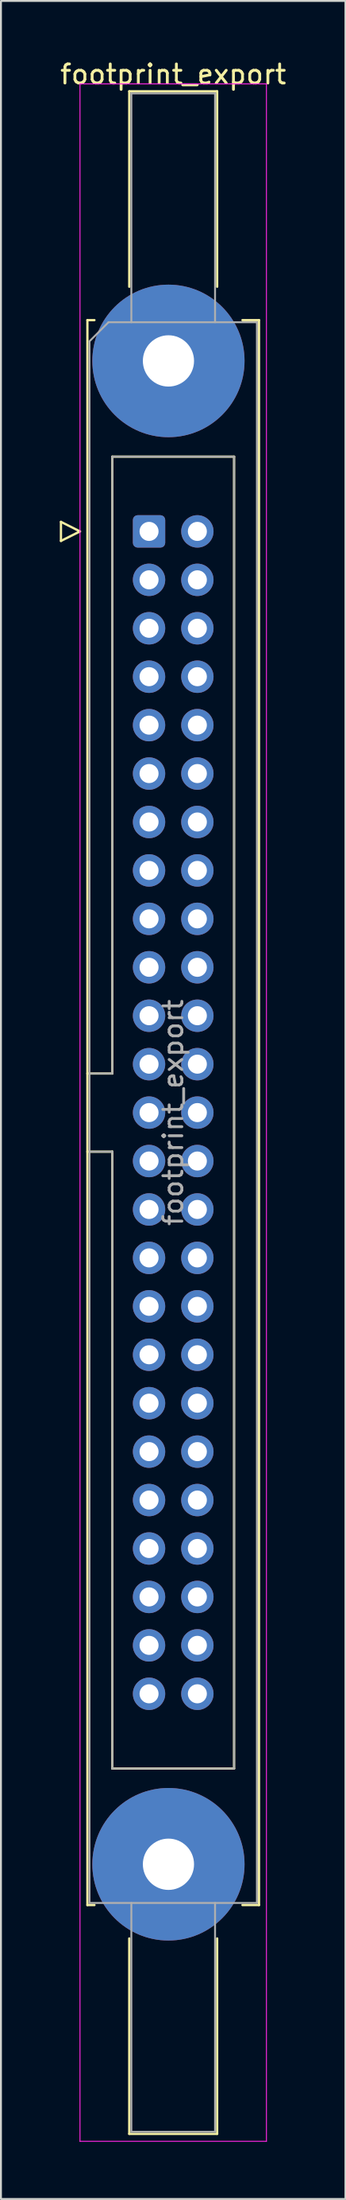
<source format=kicad_pcb>
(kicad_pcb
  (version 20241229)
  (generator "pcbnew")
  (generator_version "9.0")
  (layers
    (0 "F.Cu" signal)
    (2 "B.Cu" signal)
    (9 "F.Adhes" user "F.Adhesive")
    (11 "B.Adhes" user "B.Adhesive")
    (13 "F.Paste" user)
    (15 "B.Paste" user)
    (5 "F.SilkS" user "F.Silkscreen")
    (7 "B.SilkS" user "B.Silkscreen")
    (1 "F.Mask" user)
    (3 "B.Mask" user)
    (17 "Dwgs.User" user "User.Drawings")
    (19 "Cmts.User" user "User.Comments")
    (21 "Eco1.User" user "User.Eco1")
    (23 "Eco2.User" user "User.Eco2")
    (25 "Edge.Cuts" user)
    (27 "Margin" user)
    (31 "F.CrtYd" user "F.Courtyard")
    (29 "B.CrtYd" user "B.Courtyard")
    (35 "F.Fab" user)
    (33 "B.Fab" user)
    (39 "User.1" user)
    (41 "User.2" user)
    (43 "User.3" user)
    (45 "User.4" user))
  (footprint "footprint_export"
    (layer "F.Cu")
    (at 4.784 24.818)
    (property "Reference" "footprint_export" (at 1.27 -23.97 0) (layer "F.SilkS") (effects (font (size 1 1) (thickness 0.15))))
    (attr through_hole)
    (fp_line (start -4.63 -0.5) (end -4.63 0.5) (stroke (width 0.12) (type solid)) (layer "F.SilkS"))
    (fp_line (start -4.63 0.5) (end -3.63 0) (stroke (width 0.12) (type solid)) (layer "F.SilkS"))
    (fp_line (start -3.63 0) (end -4.63 -0.5) (stroke (width 0.12) (type solid)) (layer "F.SilkS"))
    (fp_line (start -3.24 -11.08) (end -3.24 72.04) (stroke (width 0.12) (type solid)) (layer "F.SilkS"))
    (fp_line (start -3.24 28.43) (end -1.93 28.43) (stroke (width 0.12) (type solid)) (layer "F.SilkS"))
    (fp_line (start -3.24 72.04) (end -2.87 72.04) (stroke (width 0.12) (type solid)) (layer "F.SilkS"))
    (fp_line (start -2.87 -11.08) (end -3.24 -11.08) (stroke (width 0.12) (type solid)) (layer "F.SilkS"))
    (fp_line (start -1.93 -3.92) (end 4.47 -3.92) (stroke (width 0.12) (type solid)) (layer "F.SilkS"))
    (fp_line (start -1.93 28.43) (end -1.93 -3.92) (stroke (width 0.12) (type solid)) (layer "F.SilkS"))
    (fp_line (start -1.93 32.53) (end -3.24 32.53) (stroke (width 0.12) (type solid)) (layer "F.SilkS"))
    (fp_line (start -1.93 32.53) (end -1.93 32.53) (stroke (width 0.12) (type solid)) (layer "F.SilkS"))
    (fp_line (start -1.93 64.88) (end -1.93 32.53) (stroke (width 0.12) (type solid)) (layer "F.SilkS"))
    (fp_line (start -1.04 -23.08) (end 3.58 -23.08) (stroke (width 0.12) (type solid)) (layer "F.SilkS"))
    (fp_line (start -1.04 -12.83) (end -1.04 -23.08) (stroke (width 0.12) (type solid)) (layer "F.SilkS"))
    (fp_line (start -1.04 73.79) (end -1.04 84.04) (stroke (width 0.12) (type solid)) (layer "F.SilkS"))
    (fp_line (start -1.04 84.04) (end 3.58 84.04) (stroke (width 0.12) (type solid)) (layer "F.SilkS"))
    (fp_line (start 3.58 -23.08) (end 3.58 -12.83) (stroke (width 0.12) (type solid)) (layer "F.SilkS"))
    (fp_line (start 3.58 84.04) (end 3.58 73.79) (stroke (width 0.12) (type solid)) (layer "F.SilkS"))
    (fp_line (start 4.47 -3.92) (end 4.47 64.88) (stroke (width 0.12) (type solid)) (layer "F.SilkS"))
    (fp_line (start 4.47 64.88) (end -1.93 64.88) (stroke (width 0.12) (type solid)) (layer "F.SilkS"))
    (fp_line (start 4.91 -11.08) (end 5.78 -11.08) (stroke (width 0.12) (type solid)) (layer "F.SilkS"))
    (fp_line (start 5.78 -11.08) (end 5.78 72.04) (stroke (width 0.12) (type solid)) (layer "F.SilkS"))
    (fp_line (start 5.78 72.04) (end 4.91 72.04) (stroke (width 0.12) (type solid)) (layer "F.SilkS"))
    (fp_line (start -3.63 -23.47) (end -3.63 84.43) (stroke (width 0.05) (type solid)) (layer "F.CrtYd"))
    (fp_line (start -3.63 84.43) (end 6.17 84.43) (stroke (width 0.05) (type solid)) (layer "F.CrtYd"))
    (fp_line (start 6.17 -23.47) (end -3.63 -23.47) (stroke (width 0.05) (type solid)) (layer "F.CrtYd"))
    (fp_line (start 6.17 84.43) (end 6.17 -23.47) (stroke (width 0.05) (type solid)) (layer "F.CrtYd"))
    (fp_line (start -3.13 -9.97) (end -2.13 -10.97) (stroke (width 0.1) (type solid)) (layer "F.Fab"))
    (fp_line (start -3.13 28.43) (end -1.93 28.43) (stroke (width 0.1) (type solid)) (layer "F.Fab"))
    (fp_line (start -3.13 71.93) (end -3.13 -9.97) (stroke (width 0.1) (type solid)) (layer "F.Fab"))
    (fp_line (start -2.13 -10.97) (end 5.67 -10.97) (stroke (width 0.1) (type solid)) (layer "F.Fab"))
    (fp_line (start -1.93 -3.92) (end 4.47 -3.92) (stroke (width 0.1) (type solid)) (layer "F.Fab"))
    (fp_line (start -1.93 28.43) (end -1.93 -3.92) (stroke (width 0.1) (type solid)) (layer "F.Fab"))
    (fp_line (start -1.93 32.53) (end -3.13 32.53) (stroke (width 0.1) (type solid)) (layer "F.Fab"))
    (fp_line (start -1.93 32.53) (end -1.93 32.53) (stroke (width 0.1) (type solid)) (layer "F.Fab"))
    (fp_line (start -1.93 64.88) (end -1.93 32.53) (stroke (width 0.1) (type solid)) (layer "F.Fab"))
    (fp_line (start -0.93 -22.97) (end 3.47 -22.97) (stroke (width 0.1) (type solid)) (layer "F.Fab"))
    (fp_line (start -0.93 -10.97) (end -0.93 -22.97) (stroke (width 0.1) (type solid)) (layer "F.Fab"))
    (fp_line (start -0.93 71.93) (end -0.93 83.93) (stroke (width 0.1) (type solid)) (layer "F.Fab"))
    (fp_line (start -0.93 83.93) (end 3.47 83.93) (stroke (width 0.1) (type solid)) (layer "F.Fab"))
    (fp_line (start 3.47 -22.97) (end 3.47 -10.97) (stroke (width 0.1) (type solid)) (layer "F.Fab"))
    (fp_line (start 3.47 83.93) (end 3.47 71.93) (stroke (width 0.1) (type solid)) (layer "F.Fab"))
    (fp_line (start 4.47 -3.92) (end 4.47 64.88) (stroke (width 0.1) (type solid)) (layer "F.Fab"))
    (fp_line (start 4.47 64.88) (end -1.93 64.88) (stroke (width 0.1) (type solid)) (layer "F.Fab"))
    (fp_line (start 5.67 -10.97) (end 5.67 71.93) (stroke (width 0.1) (type solid)) (layer "F.Fab"))
    (fp_line (start 5.67 71.93) (end -3.13 71.93) (stroke (width 0.1) (type solid)) (layer "F.Fab"))
    (fp_text user "${REFERENCE}" (at 1.27 30.48 90) (layer "F.Fab") (effects (font (size 1 1) (thickness 0.15))))
    (pad "1" thru_hole roundrect (at 0 0) (size 1.7 1.7) (drill 1) (layers "*.Cu" "*.Mask") (roundrect_rratio 0.147))
    (pad "2" thru_hole circle (at 2.54 0) (size 1.7 1.7) (drill 1) (layers "*.Cu" "*.Mask"))
    (pad "3" thru_hole circle (at 0 2.54) (size 1.7 1.7) (drill 1) (layers "*.Cu" "*.Mask"))
    (pad "4" thru_hole circle (at 2.54 2.54) (size 1.7 1.7) (drill 1) (layers "*.Cu" "*.Mask"))
    (pad "5" thru_hole circle (at 0 5.08) (size 1.7 1.7) (drill 1) (layers "*.Cu" "*.Mask"))
    (pad "6" thru_hole circle (at 2.54 5.08) (size 1.7 1.7) (drill 1) (layers "*.Cu" "*.Mask"))
    (pad "7" thru_hole circle (at 0 7.62) (size 1.7 1.7) (drill 1) (layers "*.Cu" "*.Mask"))
    (pad "8" thru_hole circle (at 2.54 7.62) (size 1.7 1.7) (drill 1) (layers "*.Cu" "*.Mask"))
    (pad "9" thru_hole circle (at 0 10.16) (size 1.7 1.7) (drill 1) (layers "*.Cu" "*.Mask"))
    (pad "10" thru_hole circle (at 2.54 10.16) (size 1.7 1.7) (drill 1) (layers "*.Cu" "*.Mask"))
    (pad "11" thru_hole circle (at 0 12.7) (size 1.7 1.7) (drill 1) (layers "*.Cu" "*.Mask"))
    (pad "12" thru_hole circle (at 2.54 12.7) (size 1.7 1.7) (drill 1) (layers "*.Cu" "*.Mask"))
    (pad "13" thru_hole circle (at 0 15.24) (size 1.7 1.7) (drill 1) (layers "*.Cu" "*.Mask"))
    (pad "14" thru_hole circle (at 2.54 15.24) (size 1.7 1.7) (drill 1) (layers "*.Cu" "*.Mask"))
    (pad "15" thru_hole circle (at 0 17.78) (size 1.7 1.7) (drill 1) (layers "*.Cu" "*.Mask"))
    (pad "16" thru_hole circle (at 2.54 17.78) (size 1.7 1.7) (drill 1) (layers "*.Cu" "*.Mask"))
    (pad "17" thru_hole circle (at 0 20.32) (size 1.7 1.7) (drill 1) (layers "*.Cu" "*.Mask"))
    (pad "18" thru_hole circle (at 2.54 20.32) (size 1.7 1.7) (drill 1) (layers "*.Cu" "*.Mask"))
    (pad "19" thru_hole circle (at 0 22.86) (size 1.7 1.7) (drill 1) (layers "*.Cu" "*.Mask"))
    (pad "20" thru_hole circle (at 2.54 22.86) (size 1.7 1.7) (drill 1) (layers "*.Cu" "*.Mask"))
    (pad "21" thru_hole circle (at 0 25.4) (size 1.7 1.7) (drill 1) (layers "*.Cu" "*.Mask"))
    (pad "22" thru_hole circle (at 2.54 25.4) (size 1.7 1.7) (drill 1) (layers "*.Cu" "*.Mask"))
    (pad "23" thru_hole circle (at 0 27.94) (size 1.7 1.7) (drill 1) (layers "*.Cu" "*.Mask"))
    (pad "24" thru_hole circle (at 2.54 27.94) (size 1.7 1.7) (drill 1) (layers "*.Cu" "*.Mask"))
    (pad "25" thru_hole circle (at 0 30.48) (size 1.7 1.7) (drill 1) (layers "*.Cu" "*.Mask"))
    (pad "26" thru_hole circle (at 2.54 30.48) (size 1.7 1.7) (drill 1) (layers "*.Cu" "*.Mask"))
    (pad "27" thru_hole circle (at 0 33.02) (size 1.7 1.7) (drill 1) (layers "*.Cu" "*.Mask"))
    (pad "28" thru_hole circle (at 2.54 33.02) (size 1.7 1.7) (drill 1) (layers "*.Cu" "*.Mask"))
    (pad "29" thru_hole circle (at 0 35.56) (size 1.7 1.7) (drill 1) (layers "*.Cu" "*.Mask"))
    (pad "30" thru_hole circle (at 2.54 35.56) (size 1.7 1.7) (drill 1) (layers "*.Cu" "*.Mask"))
    (pad "31" thru_hole circle (at 0 38.1) (size 1.7 1.7) (drill 1) (layers "*.Cu" "*.Mask"))
    (pad "32" thru_hole circle (at 2.54 38.1) (size 1.7 1.7) (drill 1) (layers "*.Cu" "*.Mask"))
    (pad "33" thru_hole circle (at 0 40.64) (size 1.7 1.7) (drill 1) (layers "*.Cu" "*.Mask"))
    (pad "34" thru_hole circle (at 2.54 40.64) (size 1.7 1.7) (drill 1) (layers "*.Cu" "*.Mask"))
    (pad "35" thru_hole circle (at 0 43.18) (size 1.7 1.7) (drill 1) (layers "*.Cu" "*.Mask"))
    (pad "36" thru_hole circle (at 2.54 43.18) (size 1.7 1.7) (drill 1) (layers "*.Cu" "*.Mask"))
    (pad "37" thru_hole circle (at 0 45.72) (size 1.7 1.7) (drill 1) (layers "*.Cu" "*.Mask"))
    (pad "38" thru_hole circle (at 2.54 45.72) (size 1.7 1.7) (drill 1) (layers "*.Cu" "*.Mask"))
    (pad "39" thru_hole circle (at 0 48.26) (size 1.7 1.7) (drill 1) (layers "*.Cu" "*.Mask"))
    (pad "40" thru_hole circle (at 2.54 48.26) (size 1.7 1.7) (drill 1) (layers "*.Cu" "*.Mask"))
    (pad "41" thru_hole circle (at 0 50.8) (size 1.7 1.7) (drill 1) (layers "*.Cu" "*.Mask"))
    (pad "42" thru_hole circle (at 2.54 50.8) (size 1.7 1.7) (drill 1) (layers "*.Cu" "*.Mask"))
    (pad "43" thru_hole circle (at 0 53.34) (size 1.7 1.7) (drill 1) (layers "*.Cu" "*.Mask"))
    (pad "44" thru_hole circle (at 2.54 53.34) (size 1.7 1.7) (drill 1) (layers "*.Cu" "*.Mask"))
    (pad "45" thru_hole circle (at 0 55.88) (size 1.7 1.7) (drill 1) (layers "*.Cu" "*.Mask"))
    (pad "46" thru_hole circle (at 2.54 55.88) (size 1.7 1.7) (drill 1) (layers "*.Cu" "*.Mask"))
    (pad "47" thru_hole circle (at 0 58.42) (size 1.7 1.7) (drill 1) (layers "*.Cu" "*.Mask"))
    (pad "48" thru_hole circle (at 2.54 58.42) (size 1.7 1.7) (drill 1) (layers "*.Cu" "*.Mask"))
    (pad "49" thru_hole circle (at 0 60.96) (size 1.7 1.7) (drill 1) (layers "*.Cu" "*.Mask"))
    (pad "50" thru_hole circle (at 2.54 60.96) (size 1.7 1.7) (drill 1) (layers "*.Cu" "*.Mask"))
    (pad "MP" thru_hole circle (at 1.02 -8.94) (size 8 8) (drill 2.69) (layers "*.Cu" "*.Mask"))
    (pad "MP" thru_hole circle (at 1.02 69.9) (size 8 8) (drill 2.69) (layers "*.Cu" "*.Mask")))
  (gr_rect
    (start -3 -3)
    (end 15.107 112.273)
    (stroke (width 0.1) (type default))
    (fill no)
    (layer "Edge.Cuts")))
</source>
